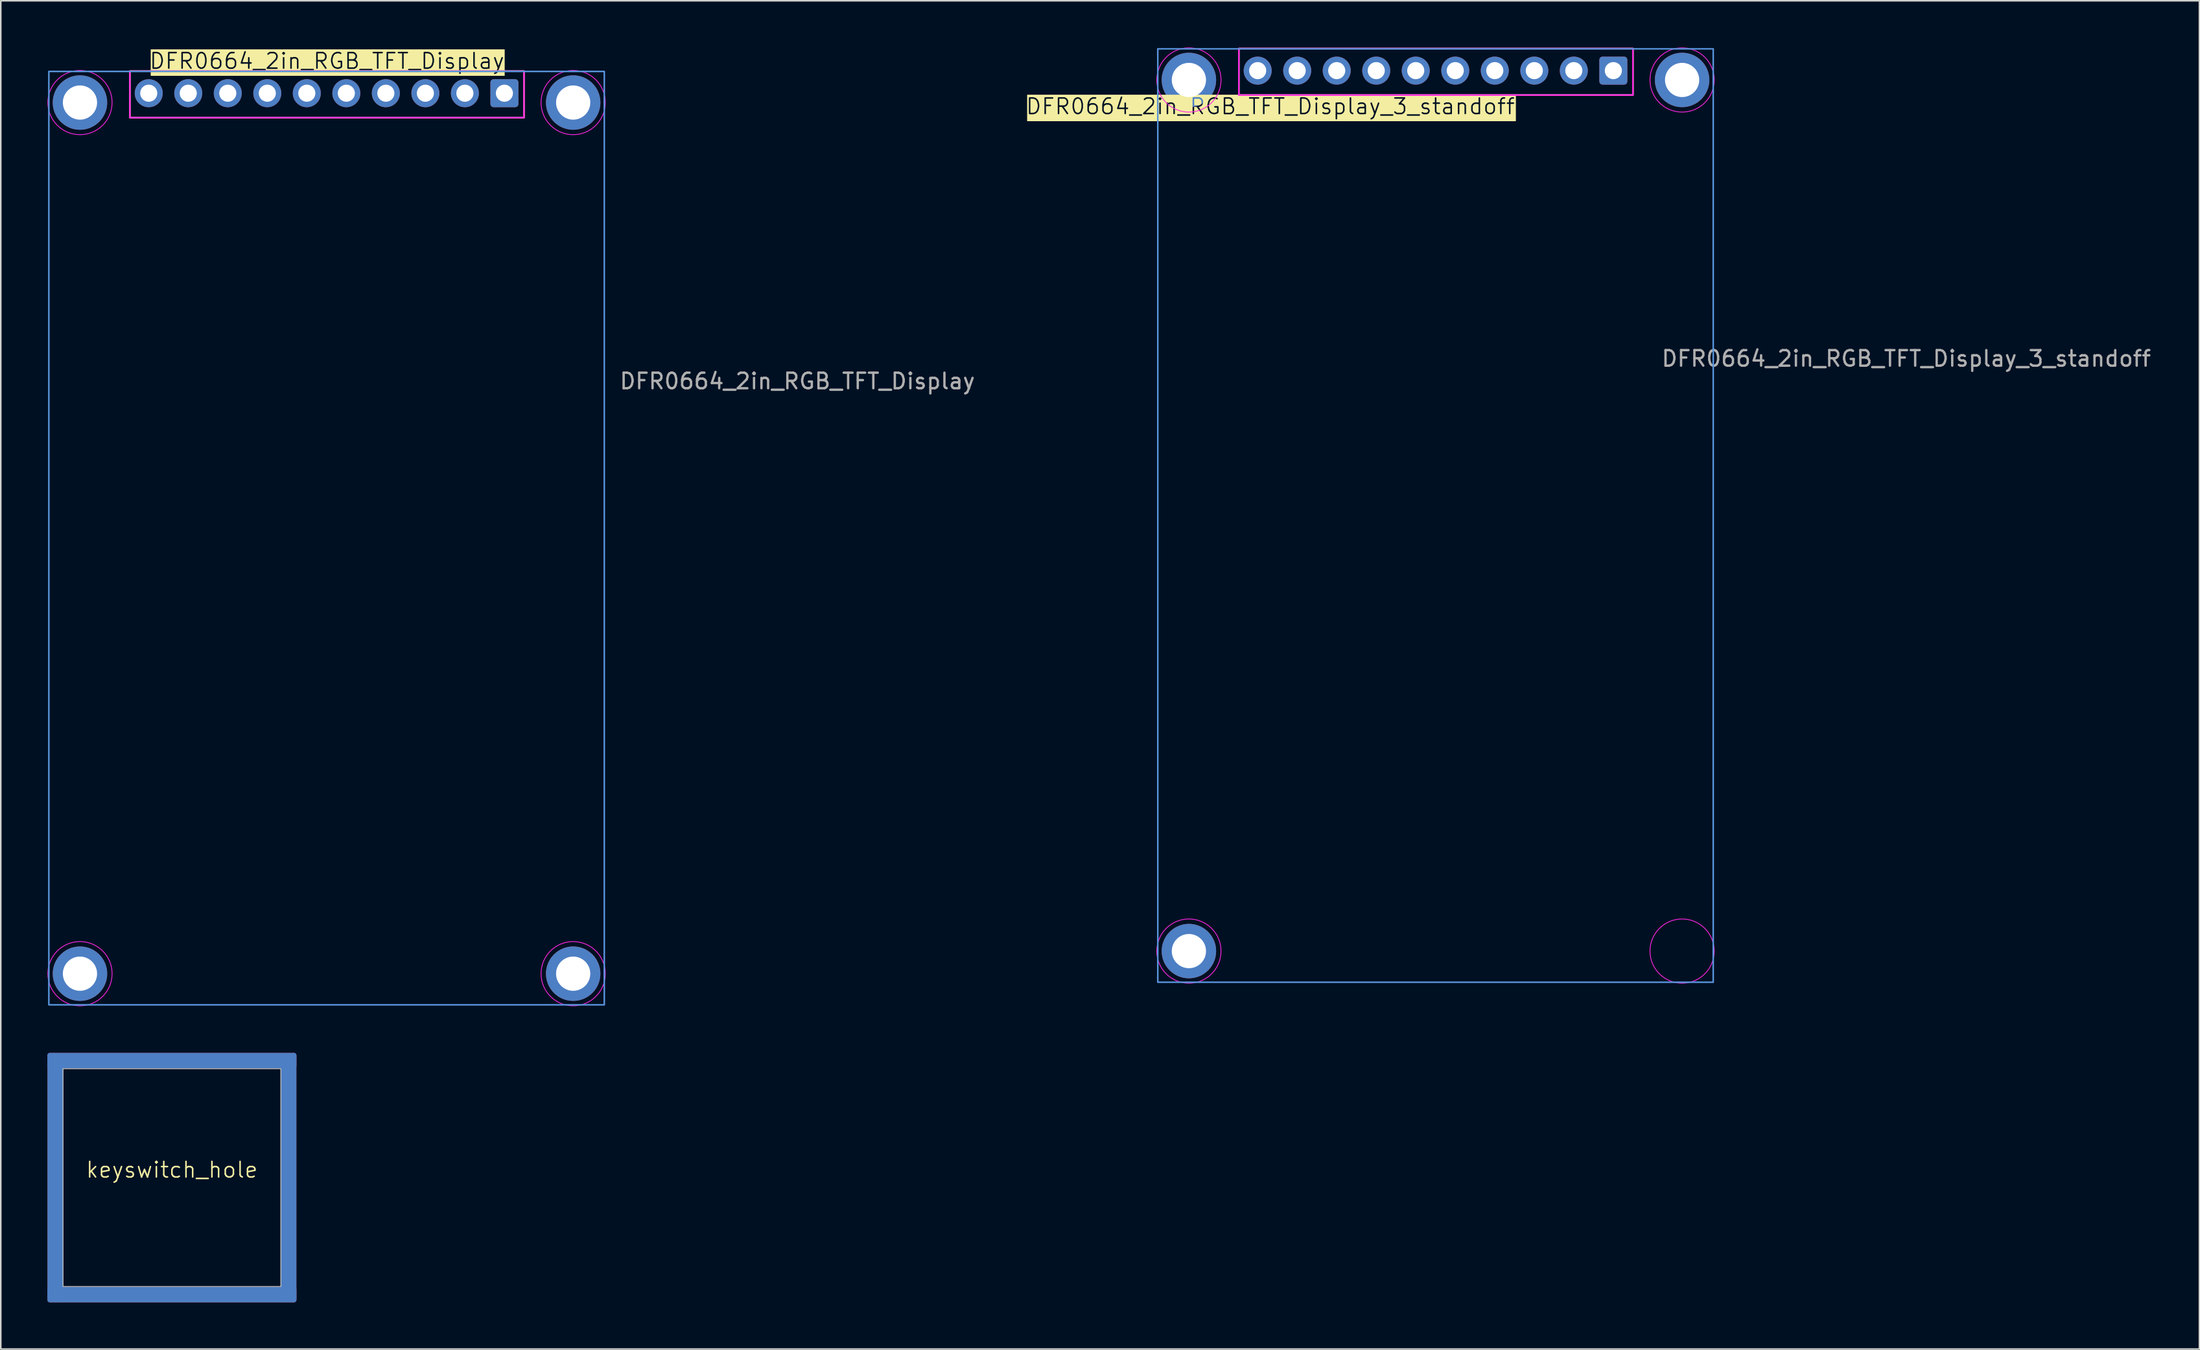
<source format=kicad_pcb>
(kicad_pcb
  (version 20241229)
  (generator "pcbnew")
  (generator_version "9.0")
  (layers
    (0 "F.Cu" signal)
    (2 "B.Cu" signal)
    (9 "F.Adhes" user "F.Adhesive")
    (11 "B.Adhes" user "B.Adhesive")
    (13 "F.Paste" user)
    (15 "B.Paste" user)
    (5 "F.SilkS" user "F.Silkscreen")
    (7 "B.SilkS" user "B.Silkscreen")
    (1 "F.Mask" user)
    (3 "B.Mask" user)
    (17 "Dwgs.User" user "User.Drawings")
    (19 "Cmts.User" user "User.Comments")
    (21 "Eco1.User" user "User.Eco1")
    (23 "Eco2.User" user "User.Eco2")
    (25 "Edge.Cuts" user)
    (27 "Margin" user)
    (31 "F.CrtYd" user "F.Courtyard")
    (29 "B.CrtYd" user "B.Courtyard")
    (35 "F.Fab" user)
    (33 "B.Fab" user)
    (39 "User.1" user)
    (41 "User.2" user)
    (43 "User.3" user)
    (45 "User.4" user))
  (footprint "DFR0664_2in_RGB_TFT_Display_3_standoff"
    (layer "F.Cu")
    (at 119.475 17.5)
    (property "Reference" "DFR0664_2in_RGB_TFT_Display_3_standoff" (at -40.87 -13.71 0) (layer "F.SilkS" knockout) (effects (font (size 1 1) (thickness 0.1))))
    (attr through_hole)
    (fp_rect (start -42.9 -17.43) (end -17.57 -14.44) (stroke (width 0.1) (type default)) (fill no) (layer "F.SilkS"))
    (fp_poly (pts (xy -48.11 42.59) (xy -12.41 42.59) (xy -12.41 -17.41) (xy -48.11 -17.41)) (stroke (width 0.1) (type solid)) (fill no) (layer "Cmts.User"))
    (fp_rect (start -42.9 -17.43) (end -17.57 -14.44) (stroke (width 0.1) (type default)) (fill no) (layer "F.CrtYd"))
    (fp_circle (center -46.11 -15.41) (end -44.65 -13.95) (stroke (width 0.05) (type default)) (fill no) (layer "F.CrtYd"))
    (fp_circle (center -46.11 40.59) (end -44.65 42.05) (stroke (width 0.05) (type default)) (fill no) (layer "F.CrtYd"))
    (fp_circle (center -14.41 -15.41) (end -12.95 -13.95) (stroke (width 0.05) (type default)) (fill no) (layer "F.CrtYd"))
    (fp_circle (center -14.41 40.59) (end -12.95 42.05) (stroke (width 0.05) (type default)) (fill no) (layer "F.CrtYd"))
    (fp_text user "${REFERENCE}" (at 0 2.5 0) (unlocked yes) (layer "F.Fab") (effects (font (size 1 1) (thickness 0.15))))
    (pad "1" thru_hole roundrect (at -18.83 -16.01) (size 1.8 1.8) (drill 1.1) (layers "*.Cu" "*.Mask") (roundrect_rratio 0.114))
    (pad "2" thru_hole circle (at -21.37 -16.01) (size 1.8 1.8) (drill 1.1) (layers "*.Cu" "*.Mask"))
    (pad "3" thru_hole circle (at -23.91 -16.01) (size 1.8 1.8) (drill 1.1) (layers "*.Cu" "*.Mask"))
    (pad "4" thru_hole circle (at -26.45 -16.01) (size 1.8 1.8) (drill 1.1) (layers "*.Cu" "*.Mask"))
    (pad "5" thru_hole circle (at -28.99 -16.01) (size 1.8 1.8) (drill 1.1) (layers "*.Cu" "*.Mask"))
    (pad "6" thru_hole circle (at -31.53 -16.01) (size 1.8 1.8) (drill 1.1) (layers "*.Cu" "*.Mask"))
    (pad "7" thru_hole circle (at -34.07 -16.01) (size 1.8 1.8) (drill 1.1) (layers "*.Cu" "*.Mask"))
    (pad "8" thru_hole circle (at -36.61 -16.01) (size 1.8 1.8) (drill 1.1) (layers "*.Cu" "*.Mask"))
    (pad "9" thru_hole circle (at -39.15 -16.01) (size 1.8 1.8) (drill 1.1) (layers "*.Cu" "*.Mask"))
    (pad "10" thru_hole circle (at -41.69 -16.01) (size 1.8 1.8) (drill 1.1) (layers "*.Cu" "*.Mask"))
    (pad "NPTH" thru_hole circle (at -46.11 -15.41) (size 3.5 3.5) (drill 2.2) (property pad_prop_mechanical) (layers "*.Cu" "*.Mask"))
    (pad "NPTH" thru_hole circle (at -46.11 40.59) (size 3.5 3.5) (drill 2.2) (property pad_prop_mechanical) (layers "*.Cu" "*.Mask"))
    (pad "NPTH" thru_hole circle (at -14.41 -15.41) (size 3.5 3.5) (drill 2.2) (property pad_prop_mechanical) (layers "*.Cu" "*.Mask")))
  (footprint "DFR0664_2in_RGB_TFT_Display"
    (layer "F.Cu")
    (at 48.2 18.952)
    (property "Reference" "DFR0664_2in_RGB_TFT_Display" (at -30.235 -18.08 0) (layer "F.SilkS" knockout) (effects (font (size 1 1) (thickness 0.1))))
    (attr through_hole)
    (fp_rect (start -42.9 -17.43) (end -17.57 -14.44) (stroke (width 0.1) (type default)) (fill no) (layer "F.SilkS"))
    (fp_poly (pts (xy -48.11 42.59) (xy -12.41 42.59) (xy -12.41 -17.41) (xy -48.11 -17.41)) (stroke (width 0.1) (type solid)) (fill no) (layer "Cmts.User"))
    (fp_rect (start -42.9 -17.43) (end -17.57 -14.44) (stroke (width 0.1) (type default)) (fill no) (layer "F.CrtYd"))
    (fp_circle (center -46.11 -15.41) (end -44.65 -13.95) (stroke (width 0.05) (type default)) (fill no) (layer "F.CrtYd"))
    (fp_circle (center -46.11 40.59) (end -44.65 42.05) (stroke (width 0.05) (type default)) (fill no) (layer "F.CrtYd"))
    (fp_circle (center -14.41 -15.41) (end -12.95 -13.95) (stroke (width 0.05) (type default)) (fill no) (layer "F.CrtYd"))
    (fp_circle (center -14.41 40.59) (end -12.95 42.05) (stroke (width 0.05) (type default)) (fill no) (layer "F.CrtYd"))
    (fp_text user "${REFERENCE}" (at 0 2.5 0) (unlocked yes) (layer "F.Fab") (effects (font (size 1 1) (thickness 0.15))))
    (pad "1" thru_hole roundrect (at -18.83 -16.01) (size 1.8 1.8) (drill 1.1) (layers "*.Cu" "*.Mask") (roundrect_rratio 0.114))
    (pad "2" thru_hole circle (at -21.37 -16.01) (size 1.8 1.8) (drill 1.1) (layers "*.Cu" "*.Mask"))
    (pad "3" thru_hole circle (at -23.91 -16.01) (size 1.8 1.8) (drill 1.1) (layers "*.Cu" "*.Mask"))
    (pad "4" thru_hole circle (at -26.45 -16.01) (size 1.8 1.8) (drill 1.1) (layers "*.Cu" "*.Mask"))
    (pad "5" thru_hole circle (at -28.99 -16.01) (size 1.8 1.8) (drill 1.1) (layers "*.Cu" "*.Mask"))
    (pad "6" thru_hole circle (at -31.53 -16.01) (size 1.8 1.8) (drill 1.1) (layers "*.Cu" "*.Mask"))
    (pad "7" thru_hole circle (at -34.07 -16.01) (size 1.8 1.8) (drill 1.1) (layers "*.Cu" "*.Mask"))
    (pad "8" thru_hole circle (at -36.61 -16.01) (size 1.8 1.8) (drill 1.1) (layers "*.Cu" "*.Mask"))
    (pad "9" thru_hole circle (at -39.15 -16.01) (size 1.8 1.8) (drill 1.1) (layers "*.Cu" "*.Mask"))
    (pad "10" thru_hole circle (at -41.69 -16.01) (size 1.8 1.8) (drill 1.1) (layers "*.Cu" "*.Mask"))
    (pad "NPTH" thru_hole circle (at -46.11 -15.41) (size 3.5 3.5) (drill 2.2) (property pad_prop_mechanical) (layers "*.Cu" "*.Mask"))
    (pad "NPTH" thru_hole circle (at -46.11 40.59) (size 3.5 3.5) (drill 2.2) (property pad_prop_mechanical) (layers "*.Cu" "*.Mask"))
    (pad "NPTH" thru_hole circle (at -14.41 -15.41) (size 3.5 3.5) (drill 2.2) (property pad_prop_mechanical) (layers "*.Cu" "*.Mask"))
    (pad "NPTH" thru_hole circle (at -14.41 40.59) (size 3.5 3.5) (drill 2.2) (property pad_prop_mechanical) (layers "*.Cu" "*.Mask")))
  (footprint "keyswitch_hole"
    (layer "F.Cu")
    (at 8 72.651)
    (property "Reference" "keyswitch_hole" (at 0 -0.5 0) (unlocked yes) (layer "F.SilkS") (effects (font (size 1 1) (thickness 0.1))))
    (attr through_hole)
    (fp_rect (start -7 -7) (end 7 7) (stroke (width 0.05) (type solid)) (fill no) (layer "Edge.Cuts"))
    (pad "" smd roundrect (at -7.5 0 270) (size 16 1) (property pad_prop_mechanical) (layers "F.Cu" "B.Mask") (roundrect_rratio 0.15))
    (pad "" smd roundrect (at -7.5 0 270) (size 16 1) (property pad_prop_mechanical) (layers "*.Mask" "B.Cu") (roundrect_rratio 0.15))
    (pad "" smd roundrect (at 0 -7.52) (size 16 1) (property pad_prop_mechanical) (layers "F.Cu" "F.Mask") (roundrect_rratio 0.15))
    (pad "" smd roundrect (at 0 -7.52) (size 16 1) (property pad_prop_mechanical) (layers "*.Mask" "B.Cu") (roundrect_rratio 0.15))
    (pad "" smd roundrect (at 0 7.52) (size 16 1) (property pad_prop_mechanical) (layers "F.Cu" "F.Mask") (roundrect_rratio 0.15))
    (pad "" smd roundrect (at 0 7.52) (size 16 1) (property pad_prop_mechanical) (layers "*.Mask" "B.Cu") (roundrect_rratio 0.15))
    (pad "" smd roundrect (at 7.5 0 270) (size 16 1) (property pad_prop_mechanical) (layers "F.Cu" "F.Mask") (roundrect_rratio 0.15))
    (pad "" smd roundrect (at 7.5 0 270) (size 16 1) (property pad_prop_mechanical) (layers "*.Mask" "B.Cu") (roundrect_rratio 0.15)))
  (gr_rect
    (start -3 -3)
    (end 138.314 83.671)
    (stroke (width 0.1) (type default))
    (fill no)
    (layer "Edge.Cuts")))
</source>
